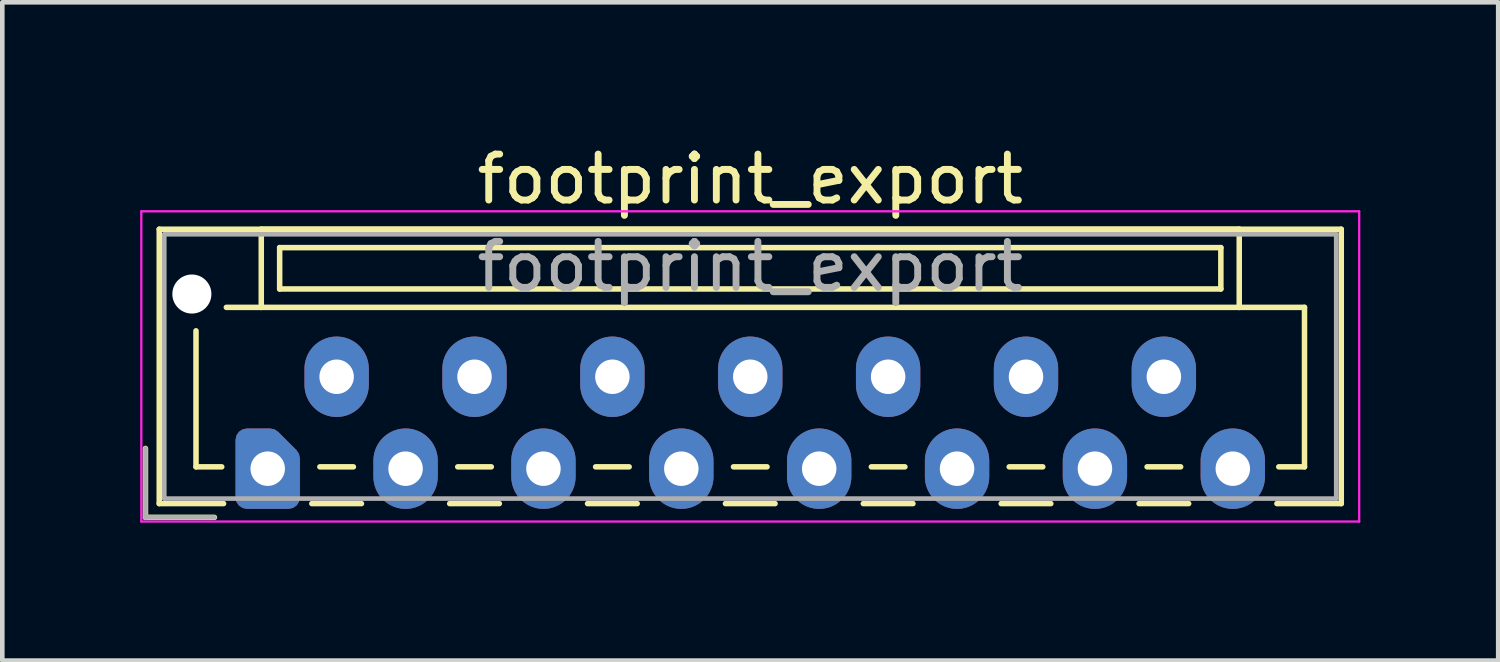
<source format=kicad_pcb>
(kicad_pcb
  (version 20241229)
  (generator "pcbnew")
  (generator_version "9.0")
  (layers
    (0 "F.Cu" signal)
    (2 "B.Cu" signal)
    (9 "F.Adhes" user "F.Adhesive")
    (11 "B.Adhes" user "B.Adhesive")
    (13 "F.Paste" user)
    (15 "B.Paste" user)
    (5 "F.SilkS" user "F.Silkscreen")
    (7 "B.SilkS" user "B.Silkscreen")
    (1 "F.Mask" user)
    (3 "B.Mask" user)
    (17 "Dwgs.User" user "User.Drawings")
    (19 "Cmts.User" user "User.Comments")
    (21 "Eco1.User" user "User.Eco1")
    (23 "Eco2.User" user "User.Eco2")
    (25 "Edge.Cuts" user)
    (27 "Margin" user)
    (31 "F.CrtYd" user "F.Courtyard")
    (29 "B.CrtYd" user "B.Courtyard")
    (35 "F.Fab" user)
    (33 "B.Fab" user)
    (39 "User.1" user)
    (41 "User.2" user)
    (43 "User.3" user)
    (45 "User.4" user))
  (footprint "footprint_export"
    (layer "F.Cu")
    (at 2.775 7.148)
    (property "Reference" "footprint_export" (at 10.5 -6.3 0) (layer "F.SilkS") (effects (font (size 1 1) (thickness 0.15))))
    (attr through_hole)
    (fp_line (start -2.66 -0.44) (end -2.66 1.06) (stroke (width 0.12) (type solid)) (layer "F.SilkS"))
    (fp_line (start -2.66 1.06) (end -1.16 1.06) (stroke (width 0.12) (type solid)) (layer "F.SilkS"))
    (fp_line (start -2.36 -5.21) (end 23.36 -5.21) (stroke (width 0.12) (type solid)) (layer "F.SilkS"))
    (fp_line (start -2.36 0.76) (end -2.36 -5.21) (stroke (width 0.12) (type solid)) (layer "F.SilkS"))
    (fp_line (start -1.56 -3) (end -1.56 -0.04) (stroke (width 0.12) (type solid)) (layer "F.SilkS"))
    (fp_line (start -1.56 -0.04) (end -1 -0.04) (stroke (width 0.12) (type solid)) (layer "F.SilkS"))
    (fp_line (start -0.96 0.76) (end -2.36 0.76) (stroke (width 0.12) (type solid)) (layer "F.SilkS"))
    (fp_line (start -0.14 -5.21) (end -0.14 -3.51) (stroke (width 0.12) (type solid)) (layer "F.SilkS"))
    (fp_line (start -0.14 -3.51) (end -0.9 -3.51) (stroke (width 0.12) (type solid)) (layer "F.SilkS"))
    (fp_line (start -0.14 -3.51) (end 21.14 -3.51) (stroke (width 0.12) (type solid)) (layer "F.SilkS"))
    (fp_line (start 0.26 -4.81) (end 0.26 -3.91) (stroke (width 0.12) (type solid)) (layer "F.SilkS"))
    (fp_line (start 0.26 -3.91) (end 20.74 -3.91) (stroke (width 0.12) (type solid)) (layer "F.SilkS"))
    (fp_line (start 0.96 0.76) (end 2.04 0.76) (stroke (width 0.12) (type solid)) (layer "F.SilkS"))
    (fp_line (start 1.135 -0.04) (end 1.865 -0.04) (stroke (width 0.12) (type solid)) (layer "F.SilkS"))
    (fp_line (start 3.96 0.76) (end 5.04 0.76) (stroke (width 0.12) (type solid)) (layer "F.SilkS"))
    (fp_line (start 4.135 -0.04) (end 4.865 -0.04) (stroke (width 0.12) (type solid)) (layer "F.SilkS"))
    (fp_line (start 6.96 0.76) (end 8.04 0.76) (stroke (width 0.12) (type solid)) (layer "F.SilkS"))
    (fp_line (start 7.135 -0.04) (end 7.865 -0.04) (stroke (width 0.12) (type solid)) (layer "F.SilkS"))
    (fp_line (start 9.96 0.76) (end 11.04 0.76) (stroke (width 0.12) (type solid)) (layer "F.SilkS"))
    (fp_line (start 10.135 -0.04) (end 10.865 -0.04) (stroke (width 0.12) (type solid)) (layer "F.SilkS"))
    (fp_line (start 12.96 0.76) (end 14.04 0.76) (stroke (width 0.12) (type solid)) (layer "F.SilkS"))
    (fp_line (start 13.135 -0.04) (end 13.865 -0.04) (stroke (width 0.12) (type solid)) (layer "F.SilkS"))
    (fp_line (start 15.96 0.76) (end 17.04 0.76) (stroke (width 0.12) (type solid)) (layer "F.SilkS"))
    (fp_line (start 16.135 -0.04) (end 16.865 -0.04) (stroke (width 0.12) (type solid)) (layer "F.SilkS"))
    (fp_line (start 18.96 0.76) (end 20.04 0.76) (stroke (width 0.12) (type solid)) (layer "F.SilkS"))
    (fp_line (start 19.135 -0.04) (end 19.865 -0.04) (stroke (width 0.12) (type solid)) (layer "F.SilkS"))
    (fp_line (start 20.74 -4.81) (end 0.26 -4.81) (stroke (width 0.12) (type solid)) (layer "F.SilkS"))
    (fp_line (start 20.74 -3.91) (end 20.74 -4.81) (stroke (width 0.12) (type solid)) (layer "F.SilkS"))
    (fp_line (start 21.14 -5.21) (end -0.14 -5.21) (stroke (width 0.12) (type solid)) (layer "F.SilkS"))
    (fp_line (start 21.14 -3.51) (end 21.14 -5.21) (stroke (width 0.12) (type solid)) (layer "F.SilkS"))
    (fp_line (start 21.14 -3.51) (end 22.56 -3.51) (stroke (width 0.12) (type solid)) (layer "F.SilkS"))
    (fp_line (start 22.56 -3.51) (end 22.56 -0.04) (stroke (width 0.12) (type solid)) (layer "F.SilkS"))
    (fp_line (start 22.56 -0.04) (end 22 -0.04) (stroke (width 0.12) (type solid)) (layer "F.SilkS"))
    (fp_line (start 23.36 -5.21) (end 23.36 0.76) (stroke (width 0.12) (type solid)) (layer "F.SilkS"))
    (fp_line (start 23.36 0.76) (end 21.96 0.76) (stroke (width 0.12) (type solid)) (layer "F.SilkS"))
    (fp_line (start -2.75 -5.6) (end -2.75 1.15) (stroke (width 0.05) (type solid)) (layer "F.CrtYd"))
    (fp_line (start -2.75 1.15) (end 23.75 1.15) (stroke (width 0.05) (type solid)) (layer "F.CrtYd"))
    (fp_line (start 23.75 -5.6) (end -2.75 -5.6) (stroke (width 0.05) (type solid)) (layer "F.CrtYd"))
    (fp_line (start 23.75 1.15) (end 23.75 -5.6) (stroke (width 0.05) (type solid)) (layer "F.CrtYd"))
    (fp_line (start -2.66 -0.44) (end -2.66 1.06) (stroke (width 0.1) (type solid)) (layer "F.Fab"))
    (fp_line (start -2.66 1.06) (end -1.16 1.06) (stroke (width 0.1) (type solid)) (layer "F.Fab"))
    (fp_line (start -2.25 -5.1) (end -2.25 0.65) (stroke (width 0.1) (type solid)) (layer "F.Fab"))
    (fp_line (start -2.25 0.65) (end 23.25 0.65) (stroke (width 0.1) (type solid)) (layer "F.Fab"))
    (fp_line (start 23.25 -5.1) (end -2.25 -5.1) (stroke (width 0.1) (type solid)) (layer "F.Fab"))
    (fp_line (start 23.25 0.65) (end 23.25 -5.1) (stroke (width 0.1) (type solid)) (layer "F.Fab"))
    (fp_text user "${REFERENCE}" (at 10.5 -4.4 0) (layer "F.Fab") (effects (font (size 1 1) (thickness 0.15))))
    (pad "" np_thru_hole circle (at -1.65 -3.8) (size 0.85 0.85) (drill 0.85) (layers "*.Cu" "*.Mask"))
    (pad "1" thru_hole custom (at 0 0) (size 1.117 1.117) (drill 0.75) (layers "*.Cu" "*.Mask") (options (anchor circle)) (primitives (gr_poly (pts (xy 0.45 -0.225) (xy 0.45 0.625) (xy -0.45 0.625) (xy -0.45 -0.625) (xy 0.05 -0.625)) (width 0.5) (fill yes))))
    (pad "2" thru_hole oval (at 1.5 -2) (size 1.4 1.75) (drill 0.75) (layers "*.Cu" "*.Mask"))
    (pad "3" thru_hole oval (at 3 0) (size 1.4 1.75) (drill 0.75) (layers "*.Cu" "*.Mask"))
    (pad "4" thru_hole oval (at 4.5 -2) (size 1.4 1.75) (drill 0.75) (layers "*.Cu" "*.Mask"))
    (pad "5" thru_hole oval (at 6 0) (size 1.4 1.75) (drill 0.75) (layers "*.Cu" "*.Mask"))
    (pad "6" thru_hole oval (at 7.5 -2) (size 1.4 1.75) (drill 0.75) (layers "*.Cu" "*.Mask"))
    (pad "7" thru_hole oval (at 9 0) (size 1.4 1.75) (drill 0.75) (layers "*.Cu" "*.Mask"))
    (pad "8" thru_hole oval (at 10.5 -2) (size 1.4 1.75) (drill 0.75) (layers "*.Cu" "*.Mask"))
    (pad "9" thru_hole oval (at 12 0) (size 1.4 1.75) (drill 0.75) (layers "*.Cu" "*.Mask"))
    (pad "10" thru_hole oval (at 13.5 -2) (size 1.4 1.75) (drill 0.75) (layers "*.Cu" "*.Mask"))
    (pad "11" thru_hole oval (at 15 0) (size 1.4 1.75) (drill 0.75) (layers "*.Cu" "*.Mask"))
    (pad "12" thru_hole oval (at 16.5 -2) (size 1.4 1.75) (drill 0.75) (layers "*.Cu" "*.Mask"))
    (pad "13" thru_hole oval (at 18 0) (size 1.4 1.75) (drill 0.75) (layers "*.Cu" "*.Mask"))
    (pad "14" thru_hole oval (at 19.5 -2) (size 1.4 1.75) (drill 0.75) (layers "*.Cu" "*.Mask"))
    (pad "15" thru_hole oval (at 21 0) (size 1.4 1.75) (drill 0.75) (layers "*.Cu" "*.Mask")))
  (gr_rect
    (start -3 -3)
    (end 29.55 11.323)
    (stroke (width 0.1) (type default))
    (fill no)
    (layer "Edge.Cuts")))
</source>
